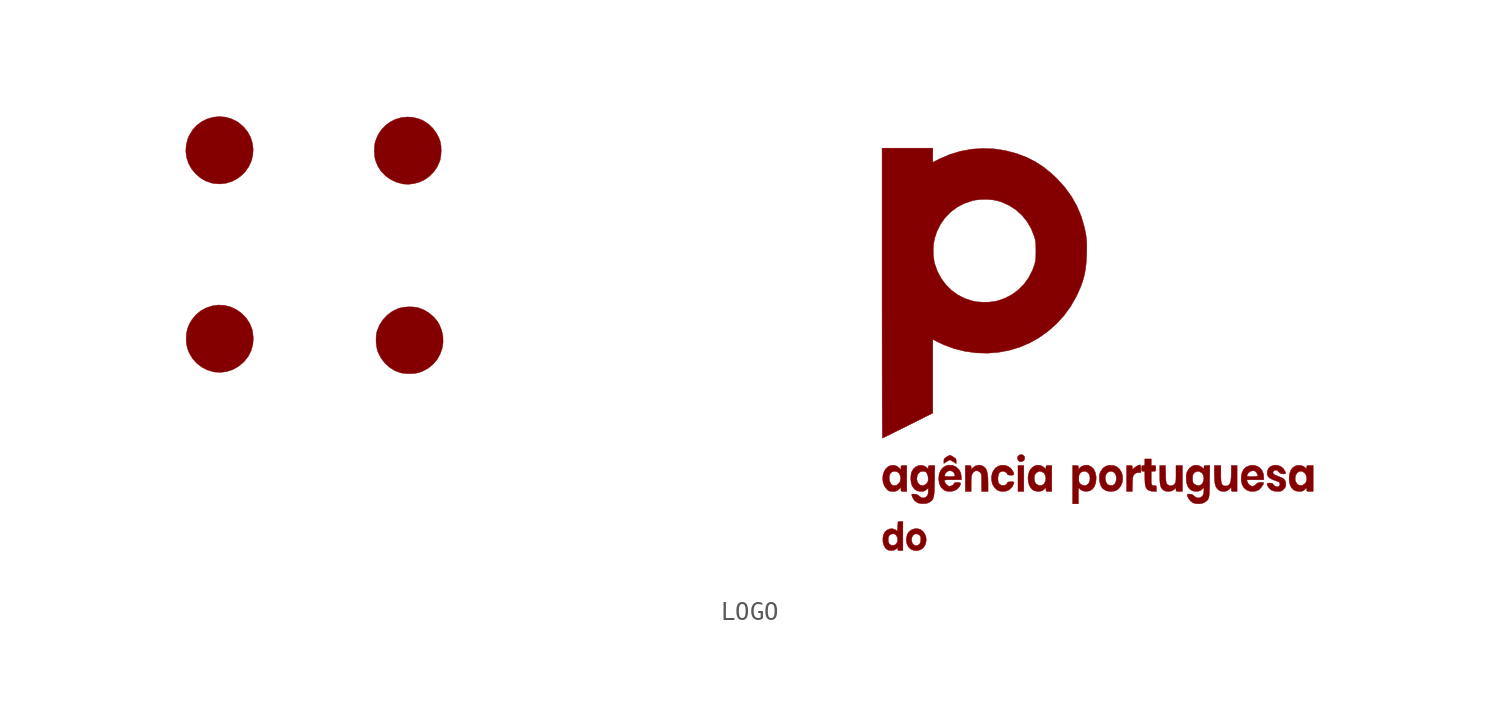
<source format=kicad_sym>
(kicad_symbol_lib
  (version 20220914)
  (generator bitmap2component)
  (symbol "LOGO"
    (pin_names
      (offset 1.016))
    (property "Reference" "#G"
      (at 0 15.439 0)
      (effects (font (size 1.27 1.27)) hide))
    (symbol "LOGO_0_0"
      (polyline (pts (xy 11.709 -15.133) (xy 11.818 -15.069) (xy 11.905 -14.982) (xy 11.905 -15.069) (xy 11.905 -15.075) (xy 11.915 -15.127) (xy 11.955 -15.15) (xy 12.046 -15.155) (xy 12.188 -15.155) (xy 12.188 -14.358) (xy 12.188 -13.561) (xy 12.055 -13.572) (xy 11.923 -13.583) (xy 11.903 -13.866) (xy 11.899 -13.912) (xy 11.89 -14.025) (xy 11.882 -14.093) (xy 11.876 -14.105) (xy 11.875 -14.1) (xy 11.834 -14.054) (xy 11.758 -14.004) (xy 11.619 -13.962) (xy 11.463 -13.975) (xy 11.318 -14.041) (xy 11.201 -14.154) (xy 11.128 -14.305) (xy 11.098 -14.491) (xy 11.099 -14.517) (xy 11.39 -14.517) (xy 11.417 -14.392) (xy 11.476 -14.304) (xy 11.557 -14.259) (xy 11.659 -14.237) (xy 11.72 -14.246) (xy 11.812 -14.307) (xy 11.875 -14.408) (xy 11.903 -14.532) (xy 11.891 -14.662) (xy 11.832 -14.78) (xy 11.788 -14.823) (xy 11.678 -14.871) (xy 11.561 -14.863) (xy 11.46 -14.798) (xy 11.436 -14.765) (xy 11.396 -14.65) (xy 11.39 -14.517) (xy 11.099 -14.517) (xy 11.106 -14.685) (xy 11.152 -14.862) (xy 11.229 -15.007) (xy 11.335 -15.101) (xy 11.418 -15.136) (xy 11.567 -15.155) (xy 11.709 -15.133)) (stroke (width 0.01) (type default)) (fill (type outline)))
      (polyline (pts (xy 13.146 -15.109) (xy 13.288 -15.009) (xy 13.39 -14.863) (xy 13.424 -14.776) (xy 13.458 -14.582) (xy 13.44 -14.4) (xy 13.377 -14.238) (xy 13.277 -14.105) (xy 13.146 -14.009) (xy 12.993 -13.959) (xy 12.825 -13.962) (xy 12.649 -14.028) (xy 12.647 -14.029) (xy 12.51 -14.137) (xy 12.421 -14.285) (xy 12.376 -14.483) (xy 12.37 -14.57) (xy 12.38 -14.639) (xy 12.662 -14.639) (xy 12.663 -14.497) (xy 12.681 -14.431) (xy 12.749 -14.314) (xy 12.845 -14.25) (xy 12.959 -14.245) (xy 13.076 -14.304) (xy 13.124 -14.355) (xy 13.152 -14.43) (xy 13.159 -14.548) (xy 13.159 -14.548) (xy 13.144 -14.698) (xy 13.095 -14.795) (xy 13.091 -14.799) (xy 12.989 -14.869) (xy 12.882 -14.879) (xy 12.784 -14.838) (xy 12.706 -14.755) (xy 12.662 -14.639) (xy 12.38 -14.639) (xy 12.398 -14.77) (xy 12.478 -14.94) (xy 12.605 -15.068) (xy 12.632 -15.085) (xy 12.802 -15.15) (xy 12.978 -15.157) (xy 13.146 -15.109)) (stroke (width 0.01) (type default)) (fill (type outline)))
      (polyline (pts (xy 13.527 -12.574) (xy 13.659 -12.514) (xy 13.683 -12.497) (xy 13.749 -12.441) (xy 13.8 -12.379) (xy 13.839 -12.3) (xy 13.867 -12.197) (xy 13.886 -12.059) (xy 13.899 -11.877) (xy 13.907 -11.644) (xy 13.912 -11.349) (xy 13.923 -10.527) (xy 13.745 -10.527) (xy 13.663 -10.528) (xy 13.597 -10.538) (xy 13.57 -10.566) (xy 13.566 -10.622) (xy 13.566 -10.716) (xy 13.483 -10.639) (xy 13.351 -10.551) (xy 13.191 -10.514) (xy 13.029 -10.534) (xy 12.877 -10.605) (xy 12.749 -10.725) (xy 12.659 -10.889) (xy 12.646 -10.929) (xy 12.62 -11.094) (xy 12.617 -11.26) (xy 12.944 -11.26) (xy 12.965 -11.094) (xy 13.018 -10.976) (xy 13.121 -10.88) (xy 13.254 -10.842) (xy 13.405 -10.867) (xy 13.438 -10.886) (xy 13.503 -10.972) (xy 13.549 -11.101) (xy 13.566 -11.252) (xy 13.561 -11.343) (xy 13.531 -11.434) (xy 13.462 -11.519) (xy 13.355 -11.596) (xy 13.236 -11.622) (xy 13.127 -11.593) (xy 13.035 -11.517) (xy 12.971 -11.404) (xy 12.944 -11.26) (xy 12.617 -11.26) (xy 12.617 -11.282) (xy 12.636 -11.463) (xy 12.678 -11.606) (xy 12.712 -11.673) (xy 12.828 -11.823) (xy 12.976 -11.912) (xy 13.159 -11.94) (xy 13.272 -11.935) (xy 13.37 -11.908) (xy 13.457 -11.849) (xy 13.566 -11.758) (xy 13.566 -11.939) (xy 13.56 -12.045) (xy 13.534 -12.134) (xy 13.479 -12.207) (xy 13.437 -12.243) (xy 13.316 -12.292) (xy 13.189 -12.274) (xy 13.066 -12.188) (xy 13.015 -12.142) (xy 12.925 -12.094) (xy 12.806 -12.082) (xy 12.742 -12.082) (xy 12.682 -12.091) (xy 12.666 -12.12) (xy 12.681 -12.183) (xy 12.704 -12.25) (xy 12.808 -12.421) (xy 12.961 -12.543) (xy 13.018 -12.568) (xy 13.179 -12.602) (xy 13.357 -12.604) (xy 13.527 -12.574)) (stroke (width 0.01) (type default)) (fill (type outline)))
      (polyline (pts (xy 21.727 -12.161) (xy 21.727 -11.984) (xy 21.73 -11.859) (xy 21.736 -11.786) (xy 21.747 -11.755) (xy 21.764 -11.759) (xy 21.789 -11.786) (xy 21.854 -11.852) (xy 21.984 -11.919) (xy 22.156 -11.94) (xy 22.161 -11.94) (xy 22.341 -11.907) (xy 22.488 -11.815) (xy 22.597 -11.669) (xy 22.666 -11.475) (xy 22.69 -11.238) (xy 22.686 -11.129) (xy 22.641 -10.902) (xy 22.551 -10.721) (xy 22.418 -10.589) (xy 22.246 -10.514) (xy 22.184 -10.505) (xy 22.039 -10.521) (xy 21.9 -10.575) (xy 21.799 -10.657) (xy 21.726 -10.749) (xy 21.726 -10.638) (xy 21.725 -10.594) (xy 21.711 -10.548) (xy 21.665 -10.53) (xy 21.567 -10.527) (xy 21.408 -10.527) (xy 21.408 -11.24) (xy 21.744 -11.24) (xy 21.744 -11.2) (xy 21.753 -11.083) (xy 21.779 -11.004) (xy 21.829 -10.937) (xy 21.888 -10.888) (xy 22.013 -10.844) (xy 22.142 -10.859) (xy 22.254 -10.931) (xy 22.272 -10.953) (xy 22.334 -11.079) (xy 22.354 -11.226) (xy 22.335 -11.373) (xy 22.279 -11.5) (xy 22.187 -11.586) (xy 22.108 -11.615) (xy 21.972 -11.609) (xy 21.843 -11.537) (xy 21.803 -11.5) (xy 21.765 -11.443) (xy 21.747 -11.364) (xy 21.744 -11.24) (xy 21.408 -11.24) (xy 21.408 -11.569) (xy 21.408 -12.612) (xy 21.567 -12.612) (xy 21.726 -12.612) (xy 21.727 -12.161)) (stroke (width 0.01) (type default)) (fill (type outline)))
      (polyline (pts (xy 28.45 -12.587) (xy 28.58 -12.532) (xy 28.581 -12.531) (xy 28.659 -12.477) (xy 28.72 -12.426) (xy 28.766 -12.369) (xy 28.799 -12.298) (xy 28.822 -12.202) (xy 28.837 -12.073) (xy 28.846 -11.9) (xy 28.851 -11.676) (xy 28.855 -11.39) (xy 28.866 -10.527) (xy 28.705 -10.527) (xy 28.645 -10.528) (xy 28.576 -10.537) (xy 28.549 -10.567) (xy 28.544 -10.63) (xy 28.544 -10.732) (xy 28.439 -10.634) (xy 28.386 -10.591) (xy 28.231 -10.518) (xy 28.068 -10.508) (xy 27.91 -10.557) (xy 27.768 -10.662) (xy 27.654 -10.822) (xy 27.609 -10.932) (xy 27.585 -11.062) (xy 27.578 -11.234) (xy 27.578 -11.236) (xy 27.579 -11.24) (xy 27.926 -11.24) (xy 27.926 -11.2) (xy 27.935 -11.083) (xy 27.961 -11.004) (xy 28.012 -10.937) (xy 28.043 -10.907) (xy 28.164 -10.851) (xy 28.296 -10.857) (xy 28.422 -10.926) (xy 28.456 -10.961) (xy 28.517 -11.082) (xy 28.538 -11.227) (xy 28.519 -11.373) (xy 28.462 -11.5) (xy 28.369 -11.586) (xy 28.29 -11.615) (xy 28.154 -11.609) (xy 28.025 -11.537) (xy 27.985 -11.5) (xy 27.947 -11.443) (xy 27.93 -11.364) (xy 27.926 -11.24) (xy 27.579 -11.24) (xy 27.602 -11.481) (xy 27.67 -11.677) (xy 27.779 -11.821) (xy 27.928 -11.91) (xy 28.114 -11.94) (xy 28.224 -11.933) (xy 28.369 -11.885) (xy 28.482 -11.786) (xy 28.509 -11.753) (xy 28.532 -11.741) (xy 28.541 -11.778) (xy 28.543 -11.877) (xy 28.528 -12.046) (xy 28.474 -12.177) (xy 28.38 -12.255) (xy 28.259 -12.291) (xy 28.13 -12.273) (xy 28.014 -12.188) (xy 27.969 -12.143) (xy 27.882 -12.094) (xy 27.767 -12.082) (xy 27.716 -12.082) (xy 27.65 -12.09) (xy 27.631 -12.118) (xy 27.642 -12.179) (xy 27.657 -12.225) (xy 27.733 -12.36) (xy 27.84 -12.482) (xy 27.957 -12.561) (xy 28.109 -12.602) (xy 28.283 -12.611) (xy 28.45 -12.587)) (stroke (width 0.01) (type default)) (fill (type outline)))
      (polyline (pts (xy 12.4 -11.234) (xy 12.4 -10.527) (xy 12.241 -10.527) (xy 12.176 -10.528) (xy 12.111 -10.538) (xy 12.086 -10.571) (xy 12.082 -10.64) (xy 12.082 -10.752) (xy 11.984 -10.659) (xy 11.855 -10.562) (xy 11.696 -10.51) (xy 11.523 -10.526) (xy 11.378 -10.593) (xy 11.251 -10.716) (xy 11.159 -10.877) (xy 11.104 -11.065) (xy 11.094 -11.199) (xy 11.446 -11.199) (xy 11.454 -11.098) (xy 11.506 -10.96) (xy 11.601 -10.875) (xy 11.737 -10.845) (xy 11.871 -10.87) (xy 11.979 -10.951) (xy 12.046 -11.089) (xy 12.067 -11.253) (xy 12.031 -11.41) (xy 11.933 -11.535) (xy 11.851 -11.591) (xy 11.726 -11.625) (xy 11.616 -11.597) (xy 11.527 -11.514) (xy 11.467 -11.379) (xy 11.446 -11.199) (xy 11.094 -11.199) (xy 11.089 -11.264) (xy 11.116 -11.463) (xy 11.187 -11.648) (xy 11.304 -11.807) (xy 11.36 -11.861) (xy 11.434 -11.914) (xy 11.515 -11.936) (xy 11.635 -11.94) (xy 11.676 -11.94) (xy 11.788 -11.93) (xy 11.871 -11.897) (xy 11.957 -11.831) (xy 12.082 -11.721) (xy 12.082 -11.831) (xy 12.083 -11.874) (xy 12.097 -11.92) (xy 12.143 -11.938) (xy 12.241 -11.94) (xy 12.4 -11.94) (xy 12.4 -11.234)) (stroke (width 0.01) (type default)) (fill (type outline)))
      (polyline (pts (xy 14.94 -11.914) (xy 15.114 -11.833) (xy 15.246 -11.698) (xy 15.27 -11.661) (xy 15.325 -11.556) (xy 15.327 -11.49) (xy 15.272 -11.456) (xy 15.158 -11.446) (xy 15.146 -11.446) (xy 15.042 -11.452) (xy 14.987 -11.474) (xy 14.96 -11.518) (xy 14.913 -11.583) (xy 14.819 -11.636) (xy 14.709 -11.658) (xy 14.689 -11.655) (xy 14.616 -11.612) (xy 14.537 -11.536) (xy 14.474 -11.451) (xy 14.449 -11.378) (xy 14.452 -11.348) (xy 14.47 -11.328) (xy 14.513 -11.315) (xy 14.593 -11.308) (xy 14.721 -11.305) (xy 14.908 -11.305) (xy 15.367 -11.305) (xy 15.366 -11.154) (xy 15.366 -11.132) (xy 15.327 -10.923) (xy 15.232 -10.746) (xy 15.088 -10.61) (xy 14.903 -10.526) (xy 14.885 -10.521) (xy 14.686 -10.505) (xy 14.506 -10.552) (xy 14.353 -10.653) (xy 14.235 -10.804) (xy 14.158 -10.996) (xy 14.152 -11.047) (xy 14.457 -11.047) (xy 14.49 -10.976) (xy 14.52 -10.926) (xy 14.618 -10.84) (xy 14.752 -10.811) (xy 14.796 -10.816) (xy 14.902 -10.864) (xy 14.982 -10.949) (xy 15.014 -11.051) (xy 15.012 -11.077) (xy 14.998 -11.105) (xy 14.956 -11.12) (xy 14.872 -11.127) (xy 14.731 -11.128) (xy 14.603 -11.126) (xy 14.505 -11.116) (xy 14.459 -11.092) (xy 14.457 -11.047) (xy 14.152 -11.047) (xy 14.131 -11.223) (xy 14.133 -11.304) (xy 14.17 -11.527) (xy 14.254 -11.703) (xy 14.389 -11.838) (xy 14.481 -11.896) (xy 14.586 -11.931) (xy 14.722 -11.94) (xy 14.94 -11.914)) (stroke (width 0.01) (type default)) (fill (type outline)))
      (polyline (pts (xy 15.897 -11.533) (xy 15.902 -11.311) (xy 15.918 -11.124) (xy 15.947 -11.006) (xy 15.957 -10.984) (xy 16.04 -10.871) (xy 16.147 -10.816) (xy 16.263 -10.824) (xy 16.376 -10.897) (xy 16.38 -10.901) (xy 16.414 -10.939) (xy 16.437 -10.982) (xy 16.451 -11.042) (xy 16.459 -11.133) (xy 16.462 -11.269) (xy 16.462 -11.462) (xy 16.462 -11.94) (xy 16.639 -11.94) (xy 16.816 -11.94) (xy 16.816 -11.518) (xy 16.816 -11.478) (xy 16.809 -11.212) (xy 16.789 -11.005) (xy 16.756 -10.846) (xy 16.706 -10.727) (xy 16.638 -10.638) (xy 16.615 -10.617) (xy 16.468 -10.529) (xy 16.306 -10.504) (xy 16.145 -10.541) (xy 16.001 -10.641) (xy 15.897 -10.745) (xy 15.897 -10.636) (xy 15.896 -10.594) (xy 15.882 -10.548) (xy 15.836 -10.53) (xy 15.738 -10.527) (xy 15.579 -10.527) (xy 15.579 -11.234) (xy 15.579 -11.94) (xy 15.738 -11.94) (xy 15.897 -11.94) (xy 15.897 -11.533)) (stroke (width 0.01) (type default)) (fill (type outline)))
      (polyline (pts (xy 17.806 -11.921) (xy 17.946 -11.861) (xy 18.004 -11.818) (xy 18.139 -11.672) (xy 18.213 -11.508) (xy 18.223 -11.458) (xy 18.213 -11.425) (xy 18.165 -11.412) (xy 18.061 -11.411) (xy 18.029 -11.411) (xy 17.934 -11.419) (xy 17.881 -11.444) (xy 17.847 -11.498) (xy 17.789 -11.57) (xy 17.689 -11.613) (xy 17.574 -11.612) (xy 17.467 -11.567) (xy 17.389 -11.481) (xy 17.365 -11.41) (xy 17.352 -11.28) (xy 17.36 -11.135) (xy 17.388 -11.005) (xy 17.433 -10.917) (xy 17.473 -10.884) (xy 17.584 -10.848) (xy 17.704 -10.858) (xy 17.805 -10.916) (xy 17.853 -10.973) (xy 17.875 -11.022) (xy 17.887 -11.035) (xy 17.951 -11.051) (xy 18.052 -11.057) (xy 18.159 -11.053) (xy 18.214 -11.03) (xy 18.218 -10.974) (xy 18.18 -10.871) (xy 18.161 -10.83) (xy 18.047 -10.676) (xy 17.898 -10.572) (xy 17.728 -10.516) (xy 17.55 -10.512) (xy 17.378 -10.559) (xy 17.224 -10.657) (xy 17.103 -10.809) (xy 17.046 -10.934) (xy 16.998 -11.149) (xy 17.006 -11.364) (xy 17.064 -11.567) (xy 17.172 -11.741) (xy 17.325 -11.874) (xy 17.464 -11.926) (xy 17.636 -11.943) (xy 17.806 -11.921)) (stroke (width 0.01) (type default)) (fill (type outline)))
      (polyline (pts (xy 18.759 -11.234) (xy 18.759 -10.527) (xy 18.6 -10.527) (xy 18.441 -10.527) (xy 18.441 -11.234) (xy 18.441 -11.94) (xy 18.6 -11.94) (xy 18.759 -11.94) (xy 18.759 -11.234)) (stroke (width 0.01) (type default)) (fill (type outline)))
      (polyline (pts (xy 20.278 -11.234) (xy 20.278 -10.527) (xy 20.119 -10.527) (xy 20.061 -10.528) (xy 19.992 -10.537) (xy 19.965 -10.567) (xy 19.96 -10.63) (xy 19.96 -10.732) (xy 19.855 -10.634) (xy 19.778 -10.575) (xy 19.624 -10.513) (xy 19.465 -10.511) (xy 19.313 -10.564) (xy 19.178 -10.668) (xy 19.072 -10.816) (xy 19.006 -11.005) (xy 18.984 -11.168) (xy 18.986 -11.208) (xy 19.328 -11.208) (xy 19.33 -11.108) (xy 19.355 -11.035) (xy 19.411 -10.959) (xy 19.456 -10.913) (xy 19.578 -10.85) (xy 19.709 -10.854) (xy 19.837 -10.926) (xy 19.871 -10.961) (xy 19.933 -11.082) (xy 19.953 -11.227) (xy 19.934 -11.373) (xy 19.878 -11.5) (xy 19.785 -11.586) (xy 19.708 -11.615) (xy 19.572 -11.61) (xy 19.444 -11.54) (xy 19.386 -11.477) (xy 19.35 -11.393) (xy 19.332 -11.265) (xy 19.328 -11.208) (xy 18.986 -11.208) (xy 18.994 -11.389) (xy 19.047 -11.59) (xy 19.138 -11.755) (xy 19.263 -11.871) (xy 19.33 -11.902) (xy 19.477 -11.935) (xy 19.632 -11.935) (xy 19.759 -11.901) (xy 19.82 -11.86) (xy 19.897 -11.786) (xy 19.904 -11.778) (xy 19.942 -11.736) (xy 19.956 -11.749) (xy 19.959 -11.826) (xy 19.96 -11.873) (xy 19.974 -11.92) (xy 20.021 -11.938) (xy 20.119 -11.94) (xy 20.278 -11.94) (xy 20.278 -11.234)) (stroke (width 0.01) (type default)) (fill (type outline)))
      (polyline (pts (xy 23.646 -11.927) (xy 23.768 -11.891) (xy 23.913 -11.787) (xy 24.03 -11.636) (xy 24.103 -11.459) (xy 24.132 -11.267) (xy 24.118 -11.074) (xy 24.063 -10.892) (xy 23.967 -10.733) (xy 23.831 -10.609) (xy 23.656 -10.532) (xy 23.624 -10.525) (xy 23.41 -10.511) (xy 23.22 -10.562) (xy 23.058 -10.675) (xy 22.934 -10.847) (xy 22.902 -10.913) (xy 22.872 -11.008) (xy 22.861 -11.118) (xy 22.863 -11.272) (xy 22.864 -11.281) (xy 23.186 -11.281) (xy 23.187 -11.137) (xy 23.218 -11.03) (xy 23.296 -10.921) (xy 23.399 -10.859) (xy 23.513 -10.845) (xy 23.623 -10.881) (xy 23.715 -10.966) (xy 23.773 -11.101) (xy 23.784 -11.169) (xy 23.779 -11.325) (xy 23.738 -11.463) (xy 23.667 -11.561) (xy 23.581 -11.607) (xy 23.45 -11.617) (xy 23.326 -11.569) (xy 23.289 -11.535) (xy 23.223 -11.423) (xy 23.186 -11.281) (xy 22.864 -11.281) (xy 22.874 -11.399) (xy 22.93 -11.611) (xy 23.032 -11.771) (xy 23.18 -11.88) (xy 23.192 -11.886) (xy 23.328 -11.924) (xy 23.489 -11.938) (xy 23.646 -11.927)) (stroke (width 0.01) (type default)) (fill (type outline)))
      (polyline (pts (xy 24.663 -11.519) (xy 24.666 -11.432) (xy 24.673 -11.277) (xy 24.683 -11.172) (xy 24.7 -11.101) (xy 24.725 -11.052) (xy 24.761 -11.007) (xy 24.763 -11.005) (xy 24.859 -10.936) (xy 24.982 -10.916) (xy 25.117 -10.916) (xy 25.117 -10.704) (xy 25.114 -10.607) (xy 25.102 -10.524) (xy 25.084 -10.492) (xy 25.073 -10.493) (xy 24.973 -10.521) (xy 24.858 -10.582) (xy 24.755 -10.66) (xy 24.658 -10.752) (xy 24.658 -10.64) (xy 24.657 -10.594) (xy 24.643 -10.548) (xy 24.597 -10.53) (xy 24.499 -10.527) (xy 24.34 -10.527) (xy 24.34 -11.234) (xy 24.34 -11.94) (xy 24.495 -11.94) (xy 24.651 -11.94) (xy 24.663 -11.519)) (stroke (width 0.01) (type default)) (fill (type outline)))
      (polyline (pts (xy 25.965 -11.781) (xy 25.965 -11.742) (xy 25.958 -11.663) (xy 25.933 -11.63) (xy 25.88 -11.623) (xy 25.82 -11.621) (xy 25.755 -11.609) (xy 25.715 -11.574) (xy 25.693 -11.504) (xy 25.684 -11.388) (xy 25.683 -11.213) (xy 25.683 -10.845) (xy 25.806 -10.845) (xy 25.861 -10.844) (xy 25.909 -10.83) (xy 25.927 -10.784) (xy 25.93 -10.686) (xy 25.929 -10.616) (xy 25.918 -10.554) (xy 25.882 -10.531) (xy 25.806 -10.527) (xy 25.683 -10.527) (xy 25.683 -10.351) (xy 25.683 -10.174) (xy 25.506 -10.174) (xy 25.329 -10.174) (xy 25.329 -10.351) (xy 25.328 -10.422) (xy 25.32 -10.492) (xy 25.293 -10.522) (xy 25.241 -10.527) (xy 25.217 -10.528) (xy 25.174 -10.542) (xy 25.156 -10.588) (xy 25.153 -10.686) (xy 25.153 -10.729) (xy 25.161 -10.806) (xy 25.186 -10.839) (xy 25.241 -10.845) (xy 25.329 -10.845) (xy 25.331 -11.207) (xy 25.332 -11.254) (xy 25.34 -11.47) (xy 25.362 -11.63) (xy 25.401 -11.744) (xy 25.459 -11.823) (xy 25.541 -11.879) (xy 25.558 -11.886) (xy 25.684 -11.925) (xy 25.815 -11.94) (xy 25.965 -11.94) (xy 25.965 -11.781)) (stroke (width 0.01) (type default)) (fill (type outline)))
      (polyline (pts (xy 27.378 -11.234) (xy 27.378 -10.527) (xy 27.202 -10.527) (xy 27.025 -10.527) (xy 27.025 -10.985) (xy 27.025 -11.138) (xy 27.022 -11.282) (xy 27.014 -11.38) (xy 27 -11.446) (xy 26.976 -11.494) (xy 26.942 -11.538) (xy 26.906 -11.574) (xy 26.79 -11.63) (xy 26.667 -11.624) (xy 26.555 -11.557) (xy 26.531 -11.53) (xy 26.506 -11.488) (xy 26.49 -11.427) (xy 26.479 -11.335) (xy 26.471 -11.198) (xy 26.466 -11.003) (xy 26.454 -10.527) (xy 26.298 -10.527) (xy 26.142 -10.527) (xy 26.142 -11.043) (xy 26.142 -11.056) (xy 26.145 -11.298) (xy 26.157 -11.482) (xy 26.18 -11.62) (xy 26.217 -11.722) (xy 26.271 -11.802) (xy 26.345 -11.871) (xy 26.354 -11.877) (xy 26.474 -11.928) (xy 26.621 -11.939) (xy 26.771 -11.915) (xy 26.9 -11.858) (xy 26.987 -11.773) (xy 27.006 -11.745) (xy 27.02 -11.754) (xy 27.024 -11.826) (xy 27.026 -11.886) (xy 27.045 -11.924) (xy 27.097 -11.938) (xy 27.202 -11.94) (xy 27.378 -11.94) (xy 27.378 -11.234)) (stroke (width 0.01) (type default)) (fill (type outline)))
      (polyline (pts (xy 30.346 -11.234) (xy 30.346 -10.527) (xy 30.187 -10.527) (xy 30.028 -10.527) (xy 30.028 -10.935) (xy 30.028 -10.944) (xy 30.021 -11.185) (xy 30.001 -11.364) (xy 29.964 -11.491) (xy 29.909 -11.575) (xy 29.833 -11.623) (xy 29.754 -11.64) (xy 29.654 -11.636) (xy 29.584 -11.611) (xy 29.532 -11.566) (xy 29.497 -11.493) (xy 29.476 -11.381) (xy 29.465 -11.219) (xy 29.463 -10.996) (xy 29.463 -10.527) (xy 29.286 -10.527) (xy 29.109 -10.527) (xy 29.109 -10.95) (xy 29.111 -11.132) (xy 29.122 -11.355) (xy 29.145 -11.526) (xy 29.181 -11.655) (xy 29.235 -11.754) (xy 29.308 -11.833) (xy 29.386 -11.894) (xy 29.479 -11.931) (xy 29.604 -11.94) (xy 29.712 -11.934) (xy 29.807 -11.902) (xy 29.903 -11.831) (xy 30.028 -11.721) (xy 30.028 -11.831) (xy 30.029 -11.874) (xy 30.043 -11.92) (xy 30.089 -11.938) (xy 30.187 -11.94) (xy 30.346 -11.94) (xy 30.346 -11.234)) (stroke (width 0.01) (type default)) (fill (type outline)))
      (polyline (pts (xy 31.375 -11.919) (xy 31.515 -11.86) (xy 31.551 -11.831) (xy 31.632 -11.746) (xy 31.71 -11.643) (xy 31.77 -11.544) (xy 31.794 -11.472) (xy 31.786 -11.464) (xy 31.728 -11.451) (xy 31.632 -11.446) (xy 31.535 -11.451) (xy 31.45 -11.482) (xy 31.37 -11.552) (xy 31.274 -11.629) (xy 31.181 -11.658) (xy 31.145 -11.654) (xy 31.039 -11.603) (xy 30.948 -11.512) (xy 30.896 -11.402) (xy 30.874 -11.305) (xy 31.334 -11.305) (xy 31.794 -11.305) (xy 31.794 -11.144) (xy 31.781 -10.998) (xy 31.713 -10.81) (xy 31.585 -10.659) (xy 31.44 -10.566) (xy 31.247 -10.512) (xy 31.046 -10.525) (xy 30.851 -10.604) (xy 30.847 -10.607) (xy 30.705 -10.734) (xy 30.611 -10.913) (xy 30.578 -11.087) (xy 30.886 -11.087) (xy 30.894 -11.048) (xy 30.947 -10.945) (xy 31.051 -10.856) (xy 31.181 -10.815) (xy 31.316 -10.832) (xy 31.347 -10.854) (xy 31.406 -10.926) (xy 31.455 -11.015) (xy 31.476 -11.091) (xy 31.476 -11.094) (xy 31.433 -11.112) (xy 31.33 -11.124) (xy 31.174 -11.128) (xy 31.03 -11.127) (xy 30.941 -11.123) (xy 30.897 -11.11) (xy 30.886 -11.087) (xy 30.578 -11.087) (xy 30.567 -11.143) (xy 30.569 -11.367) (xy 30.623 -11.582) (xy 30.729 -11.754) (xy 30.886 -11.879) (xy 31.028 -11.928) (xy 31.203 -11.942) (xy 31.375 -11.919)) (stroke (width 0.01) (type default)) (fill (type outline)))
      (polyline (pts (xy 32.638 -11.939) (xy 32.729 -11.925) (xy 32.799 -11.889) (xy 32.875 -11.82) (xy 32.949 -11.737) (xy 32.986 -11.652) (xy 32.995 -11.54) (xy 32.994 -11.506) (xy 32.968 -11.375) (xy 32.898 -11.273) (xy 32.776 -11.191) (xy 32.592 -11.118) (xy 32.433 -11.058) (xy 32.33 -10.994) (xy 32.29 -10.928) (xy 32.31 -10.854) (xy 32.341 -10.817) (xy 32.427 -10.78) (xy 32.523 -10.801) (xy 32.611 -10.879) (xy 32.665 -10.941) (xy 32.736 -10.978) (xy 32.843 -10.987) (xy 32.932 -10.985) (xy 32.982 -10.971) (xy 32.983 -10.927) (xy 32.947 -10.835) (xy 32.943 -10.826) (xy 32.848 -10.683) (xy 32.72 -10.582) (xy 32.572 -10.524) (xy 32.416 -10.508) (xy 32.267 -10.533) (xy 32.136 -10.6) (xy 32.037 -10.708) (xy 31.983 -10.857) (xy 31.981 -10.868) (xy 31.978 -11.005) (xy 32.018 -11.115) (xy 32.108 -11.208) (xy 32.255 -11.289) (xy 32.465 -11.367) (xy 32.514 -11.383) (xy 32.607 -11.421) (xy 32.653 -11.463) (xy 32.67 -11.52) (xy 32.664 -11.589) (xy 32.627 -11.655) (xy 32.575 -11.68) (xy 32.476 -11.678) (xy 32.38 -11.637) (xy 32.316 -11.566) (xy 32.284 -11.516) (xy 32.227 -11.488) (xy 32.124 -11.481) (xy 32.103 -11.481) (xy 32.004 -11.494) (xy 31.971 -11.526) (xy 31.985 -11.593) (xy 32.043 -11.7) (xy 32.127 -11.803) (xy 32.22 -11.876) (xy 32.357 -11.922) (xy 32.548 -11.94) (xy 32.638 -11.939)) (stroke (width 0.01) (type default)) (fill (type outline)))
      (polyline (pts (xy 34.479 -11.234) (xy 34.479 -10.527) (xy 34.302 -10.527) (xy 34.225 -10.528) (xy 34.158 -10.538) (xy 34.131 -10.566) (xy 34.126 -10.622) (xy 34.126 -10.716) (xy 34.043 -10.639) (xy 33.935 -10.563) (xy 33.766 -10.515) (xy 33.585 -10.53) (xy 33.532 -10.547) (xy 33.374 -10.64) (xy 33.261 -10.786) (xy 33.194 -10.986) (xy 33.172 -11.237) (xy 33.497 -11.237) (xy 33.524 -11.077) (xy 33.541 -11.035) (xy 33.62 -10.917) (xy 33.722 -10.853) (xy 33.833 -10.841) (xy 33.942 -10.877) (xy 34.036 -10.958) (xy 34.101 -11.08) (xy 34.126 -11.239) (xy 34.118 -11.357) (xy 34.088 -11.441) (xy 34.022 -11.519) (xy 34.011 -11.53) (xy 33.893 -11.604) (xy 33.775 -11.617) (xy 33.667 -11.578) (xy 33.578 -11.496) (xy 33.518 -11.38) (xy 33.497 -11.237) (xy 33.172 -11.237) (xy 33.172 -11.239) (xy 33.175 -11.335) (xy 33.215 -11.564) (xy 33.3 -11.742) (xy 33.43 -11.867) (xy 33.535 -11.915) (xy 33.724 -11.94) (xy 33.725 -11.94) (xy 33.848 -11.933) (xy 33.934 -11.903) (xy 34.016 -11.838) (xy 34.126 -11.736) (xy 34.126 -11.838) (xy 34.128 -11.887) (xy 34.146 -11.924) (xy 34.198 -11.938) (xy 34.302 -11.94) (xy 34.479 -11.94) (xy 34.479 -11.234)) (stroke (width 0.01) (type default)) (fill (type outline)))
      (polyline (pts (xy 15.084 -10.293) (xy 15.084 -10.256) (xy 15.07 -10.182) (xy 15.025 -10.128) (xy 14.934 -10.068) (xy 14.883 -10.038) (xy 14.802 -9.992) (xy 14.758 -9.968) (xy 14.735 -9.971) (xy 14.666 -10.002) (xy 14.572 -10.056) (xy 14.523 -10.088) (xy 14.451 -10.146) (xy 14.42 -10.206) (xy 14.413 -10.288) (xy 14.413 -10.42) (xy 14.579 -10.315) (xy 14.626 -10.284) (xy 14.691 -10.246) (xy 14.741 -10.233) (xy 14.796 -10.248) (xy 14.875 -10.294) (xy 14.996 -10.373) (xy 15.085 -10.43) (xy 15.084 -10.293)) (stroke (width 0.01) (type default)) (fill (type outline)))
      (polyline (pts (xy 18.678 -10.314) (xy 18.762 -10.256) (xy 18.807 -10.166) (xy 18.796 -10.056) (xy 18.784 -10.03) (xy 18.711 -9.956) (xy 18.613 -9.932) (xy 18.512 -9.959) (xy 18.429 -10.039) (xy 18.416 -10.066) (xy 18.414 -10.161) (xy 18.452 -10.254) (xy 18.52 -10.312) (xy 18.568 -10.324) (xy 18.678 -10.314)) (stroke (width 0.01) (type default)) (fill (type outline)))
      (polyline (pts (xy 11.089 -9.038) (xy 11.159 -9.005) (xy 11.281 -8.945) (xy 11.45 -8.862) (xy 11.658 -8.759) (xy 11.898 -8.64) (xy 12.165 -8.507) (xy 12.453 -8.364) (xy 13.813 -7.684) (xy 13.813 -5.681) (xy 13.813 -3.679) (xy 14.113 -3.832) (xy 14.419 -3.976) (xy 14.985 -4.183) (xy 15.569 -4.328) (xy 16.166 -4.409) (xy 16.768 -4.428) (xy 17.367 -4.383) (xy 17.957 -4.274) (xy 18.53 -4.103) (xy 19.079 -3.868) (xy 19.562 -3.598) (xy 20.068 -3.241) (xy 20.529 -2.834) (xy 20.943 -2.382) (xy 21.302 -1.889) (xy 21.603 -1.36) (xy 21.665 -1.233) (xy 21.83 -0.864) (xy 21.956 -0.521) (xy 22.05 -0.185) (xy 22.114 0.163) (xy 22.154 0.542) (xy 22.175 0.972) (xy 22.18 1.204) (xy 22.181 1.415) (xy 22.177 1.589) (xy 22.166 1.744) (xy 22.148 1.897) (xy 22.121 2.067) (xy 22.052 2.407) (xy 21.881 2.997) (xy 21.647 3.555) (xy 21.35 4.083) (xy 20.989 4.582) (xy 20.562 5.054) (xy 20.265 5.335) (xy 19.835 5.682) (xy 19.389 5.972) (xy 18.913 6.212) (xy 18.397 6.41) (xy 18.356 6.424) (xy 17.753 6.583) (xy 17.142 6.675) (xy 16.53 6.699) (xy 15.922 6.656) (xy 15.323 6.546) (xy 14.739 6.369) (xy 14.175 6.127) (xy 13.813 5.946) (xy 13.813 6.329) (xy 13.813 6.712) (xy 12.435 6.712) (xy 11.057 6.712) (xy 11.057 1.194) (xy 13.837 1.194) (xy 13.86 1.524) (xy 13.915 1.819) (xy 14.037 2.182) (xy 14.234 2.581) (xy 14.485 2.936) (xy 14.787 3.244) (xy 15.136 3.503) (xy 15.53 3.708) (xy 15.964 3.856) (xy 16.135 3.892) (xy 16.43 3.923) (xy 16.744 3.928) (xy 17.049 3.905) (xy 17.317 3.855) (xy 17.581 3.773) (xy 17.981 3.589) (xy 18.344 3.349) (xy 18.665 3.057) (xy 18.939 2.716) (xy 19.162 2.332) (xy 19.329 1.908) (xy 19.34 1.874) (xy 19.371 1.758) (xy 19.392 1.644) (xy 19.404 1.513) (xy 19.41 1.348) (xy 19.412 1.131) (xy 19.412 1.065) (xy 19.409 0.864) (xy 19.402 0.71) (xy 19.387 0.586) (xy 19.364 0.474) (xy 19.329 0.355) (xy 19.227 0.077) (xy 19.023 -0.322) (xy 18.766 -0.677) (xy 18.46 -0.986) (xy 18.111 -1.244) (xy 17.721 -1.446) (xy 17.296 -1.589) (xy 17.18 -1.615) (xy 16.883 -1.651) (xy 16.561 -1.658) (xy 16.242 -1.637) (xy 15.955 -1.587) (xy 15.55 -1.453) (xy 15.17 -1.257) (xy 14.825 -1.005) (xy 14.522 -0.704) (xy 14.266 -0.359) (xy 14.062 0.025) (xy 13.915 0.442) (xy 13.891 0.547) (xy 13.848 0.859) (xy 13.837 1.194) (xy 11.057 1.194) (xy 11.057 -1.166) (xy 11.057 -1.428) (xy 11.057 -2.162) (xy 11.058 -2.877) (xy 11.058 -3.568) (xy 11.059 -4.233) (xy 11.059 -4.869) (xy 11.06 -5.472) (xy 11.061 -6.039) (xy 11.062 -6.567) (xy 11.063 -7.053) (xy 11.064 -7.494) (xy 11.066 -7.886) (xy 11.067 -8.226) (xy 11.069 -8.512) (xy 11.07 -8.74) (xy 11.072 -8.907) (xy 11.073 -9.009) (xy 11.075 -9.044) (xy 11.089 -9.038)) (stroke (width 0.01) (type default)) (fill (type outline)))
      (polyline (pts (xy -14.309 -5.525) (xy -14.128 -5.49) (xy -13.889 -5.402) (xy -13.586 -5.234) (xy -13.326 -5.019) (xy -13.114 -4.765) (xy -12.953 -4.48) (xy -12.844 -4.171) (xy -12.793 -3.846) (xy -12.801 -3.512) (xy -12.873 -3.176) (xy -13.01 -2.847) (xy -13.105 -2.693) (xy -13.312 -2.449) (xy -13.564 -2.236) (xy -13.847 -2.068) (xy -14.144 -1.957) (xy -14.21 -1.942) (xy -14.441 -1.913) (xy -14.697 -1.91) (xy -14.948 -1.932) (xy -15.163 -1.978) (xy -15.233 -2.001) (xy -15.543 -2.148) (xy -15.821 -2.353) (xy -16.059 -2.606) (xy -16.248 -2.901) (xy -16.383 -3.23) (xy -16.41 -3.344) (xy -16.434 -3.571) (xy -16.434 -3.82) (xy -16.409 -4.064) (xy -16.361 -4.277) (xy -16.321 -4.389) (xy -16.166 -4.693) (xy -15.959 -4.964) (xy -15.709 -5.194) (xy -15.425 -5.372) (xy -15.116 -5.49) (xy -14.984 -5.517) (xy -14.765 -5.539) (xy -14.531 -5.541) (xy -14.309 -5.525)) (stroke (width 0.01) (type default)) (fill (type outline)))
      (polyline (pts (xy -24.537 -5.426) (xy -24.211 -5.316) (xy -23.906 -5.144) (xy -23.631 -4.915) (xy -23.596 -4.878) (xy -23.377 -4.598) (xy -23.221 -4.288) (xy -23.128 -3.954) (xy -23.102 -3.604) (xy -23.143 -3.243) (xy -23.179 -3.1) (xy -23.308 -2.792) (xy -23.494 -2.512) (xy -23.729 -2.269) (xy -24.005 -2.069) (xy -24.314 -1.921) (xy -24.649 -1.831) (xy -24.677 -1.826) (xy -25.013 -1.81) (xy -25.346 -1.858) (xy -25.666 -1.966) (xy -25.961 -2.129) (xy -26.22 -2.342) (xy -26.433 -2.601) (xy -26.56 -2.812) (xy -26.671 -3.07) (xy -26.733 -3.337) (xy -26.751 -3.639) (xy -26.74 -3.879) (xy -26.688 -4.152) (xy -26.589 -4.41) (xy -26.433 -4.676) (xy -26.392 -4.735) (xy -26.171 -4.98) (xy -25.902 -5.186) (xy -25.6 -5.341) (xy -25.276 -5.439) (xy -25.216 -5.45) (xy -24.875 -5.472) (xy -24.537 -5.426)) (stroke (width 0.01) (type default)) (fill (type outline)))
      (polyline (pts (xy -14.372 4.785) (xy -14.068 4.87) (xy -13.791 5.002) (xy -13.542 5.18) (xy -13.293 5.43) (xy -13.098 5.717) (xy -12.964 6.033) (xy -12.947 6.099) (xy -12.909 6.329) (xy -12.895 6.585) (xy -12.906 6.836) (xy -12.943 7.052) (xy -13.002 7.228) (xy -13.148 7.518) (xy -13.343 7.785) (xy -13.576 8.012) (xy -13.834 8.186) (xy -14.065 8.29) (xy -14.4 8.381) (xy -14.735 8.407) (xy -15.063 8.373) (xy -15.378 8.281) (xy -15.671 8.135) (xy -15.934 7.937) (xy -16.162 7.691) (xy -16.345 7.401) (xy -16.477 7.068) (xy -16.494 6.997) (xy -16.523 6.784) (xy -16.531 6.543) (xy -16.516 6.304) (xy -16.479 6.095) (xy -16.472 6.068) (xy -16.348 5.75) (xy -16.166 5.464) (xy -15.932 5.217) (xy -15.653 5.015) (xy -15.336 4.864) (xy -14.987 4.769) (xy -14.976 4.767) (xy -14.682 4.749) (xy -14.372 4.785)) (stroke (width 0.01) (type default)) (fill (type outline)))
      (polyline (pts (xy -24.572 4.808) (xy -24.245 4.912) (xy -23.94 5.076) (xy -23.666 5.299) (xy -23.547 5.428) (xy -23.346 5.714) (xy -23.207 6.021) (xy -23.129 6.342) (xy -23.111 6.668) (xy -23.152 6.991) (xy -23.252 7.304) (xy -23.41 7.597) (xy -23.625 7.864) (xy -23.897 8.096) (xy -24.012 8.17) (xy -24.321 8.318) (xy -24.645 8.402) (xy -24.973 8.426) (xy -25.298 8.391) (xy -25.612 8.299) (xy -25.905 8.154) (xy -26.171 7.956) (xy -26.398 7.708) (xy -26.581 7.412) (xy -26.663 7.22) (xy -26.75 6.881) (xy -26.77 6.538) (xy -26.727 6.201) (xy -26.619 5.877) (xy -26.45 5.574) (xy -26.22 5.303) (xy -25.976 5.095) (xy -25.703 4.934) (xy -25.4 4.825) (xy -25.254 4.793) (xy -24.912 4.768) (xy -24.572 4.808)) (stroke (width 0.01) (type default)) (fill (type outline))))))
</source>
